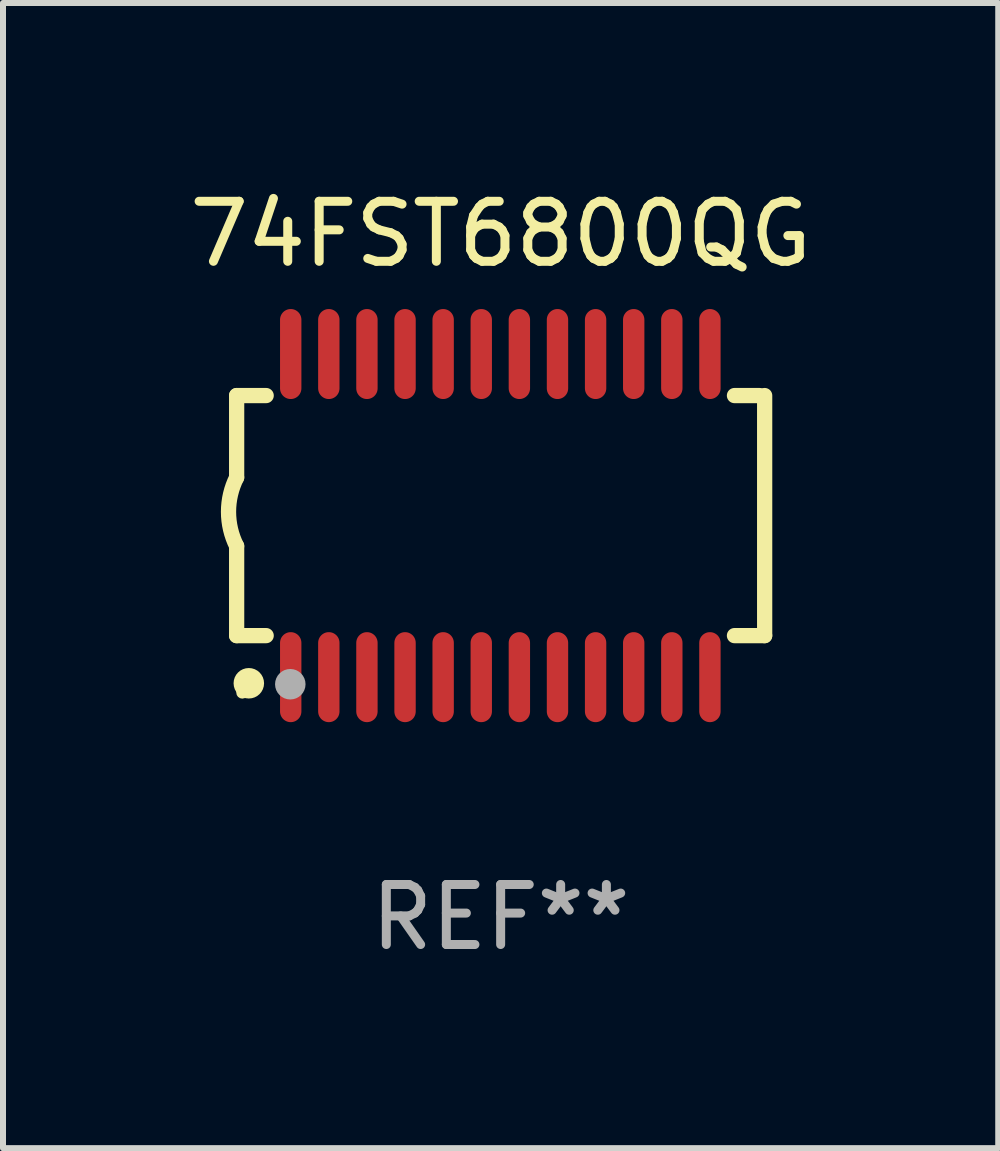
<source format=kicad_pcb>
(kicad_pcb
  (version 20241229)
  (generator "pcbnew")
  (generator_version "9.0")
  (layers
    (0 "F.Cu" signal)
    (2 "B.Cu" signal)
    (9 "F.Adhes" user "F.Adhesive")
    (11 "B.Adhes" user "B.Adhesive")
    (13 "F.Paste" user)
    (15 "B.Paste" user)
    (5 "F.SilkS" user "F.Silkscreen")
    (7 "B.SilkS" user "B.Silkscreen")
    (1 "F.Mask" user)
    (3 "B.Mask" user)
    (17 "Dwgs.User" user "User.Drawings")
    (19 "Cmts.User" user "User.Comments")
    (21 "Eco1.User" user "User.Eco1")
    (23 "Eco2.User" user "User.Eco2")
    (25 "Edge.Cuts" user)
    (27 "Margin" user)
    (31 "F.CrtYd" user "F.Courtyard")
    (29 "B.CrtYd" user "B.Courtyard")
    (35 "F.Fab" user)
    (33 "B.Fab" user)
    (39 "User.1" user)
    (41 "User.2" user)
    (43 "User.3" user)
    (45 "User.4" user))
  (footprint "74FST6800QG"
    (layer "F.Cu")
    (at 5.292 5.541)
    (property "Reference" "74FST6800QG" (at 0 -4.692 0) (layer "F.SilkS") (effects (font (size 1 1) (thickness 0.15))))
    (attr through_hole)
    (fp_line (start -4.399 -2) (end -4.399 -0.635) (stroke (width 0.254) (type solid)) (layer "F.SilkS"))
    (fp_line (start -4.399 -2) (end -3.907 -2) (stroke (width 0.254) (type solid)) (layer "F.SilkS"))
    (fp_line (start -4.399 2) (end -4.399 0.508) (stroke (width 0.254) (type solid)) (layer "F.SilkS"))
    (fp_line (start -4.399 2) (end -3.907 2) (stroke (width 0.254) (type solid)) (layer "F.SilkS"))
    (fp_line (start 3.896 -2) (end 4.313 -2) (stroke (width 0.254) (type solid)) (layer "F.SilkS"))
    (fp_line (start 3.896 2) (end 4.399 2) (stroke (width 0.254) (type solid)) (layer "F.SilkS"))
    (fp_line (start 4.399 2) (end 4.399 -2) (stroke (width 0.254) (type solid)) (layer "F.SilkS"))
    (fp_arc (start -4.399301 0.508001) (mid -4.534214 -0.0635) (end -4.399301 -0.635001) (stroke (width 0.254001) (type solid)) (layer "F.SilkS"))
    (fp_circle (center -4.305 2.95) (end -4.255 2.95) (stroke (width 0.1) (type solid)) (fill no) (layer "F.SilkS"))
    (fp_circle (center -4.196 2.794) (end -4.069 2.794) (stroke (width 0.254) (type solid)) (fill no) (layer "F.SilkS"))
    (fp_circle (center -3.505 2.81) (end -3.378 2.81) (stroke (width 0.254) (type solid)) (fill no) (layer "F.Fab"))
    (fp_text user "REF**" (at 0 6.692 0) (layer "F.Fab") (effects (font (size 1 1) (thickness 0.15))))
    (pad "1" smd oval (at -3.498 2.692 90) (size 1.5 0.356) (layers "F.Cu" "F.Mask" "F.Paste"))
    (pad "2" smd oval (at -2.863 2.692 90) (size 1.5 0.356) (layers "F.Cu" "F.Mask" "F.Paste"))
    (pad "3" smd oval (at -2.228 2.692 90) (size 1.5 0.356) (layers "F.Cu" "F.Mask" "F.Paste"))
    (pad "4" smd oval (at -1.593 2.692 90) (size 1.5 0.356) (layers "F.Cu" "F.Mask" "F.Paste"))
    (pad "5" smd oval (at -0.958 2.692 90) (size 1.5 0.356) (layers "F.Cu" "F.Mask" "F.Paste"))
    (pad "6" smd oval (at -0.323 2.692 90) (size 1.5 0.356) (layers "F.Cu" "F.Mask" "F.Paste"))
    (pad "7" smd oval (at 0.312 2.692 90) (size 1.5 0.356) (layers "F.Cu" "F.Mask" "F.Paste"))
    (pad "8" smd oval (at 0.947 2.692 90) (size 1.5 0.356) (layers "F.Cu" "F.Mask" "F.Paste"))
    (pad "9" smd oval (at 1.582 2.692 90) (size 1.5 0.356) (layers "F.Cu" "F.Mask" "F.Paste"))
    (pad "10" smd oval (at 2.217 2.692 90) (size 1.5 0.356) (layers "F.Cu" "F.Mask" "F.Paste"))
    (pad "11" smd oval (at 2.852 2.692 90) (size 1.5 0.356) (layers "F.Cu" "F.Mask" "F.Paste"))
    (pad "12" smd oval (at 3.487 2.692 90) (size 1.5 0.356) (layers "F.Cu" "F.Mask" "F.Paste"))
    (pad "13" smd oval (at 3.487 -2.692 90) (size 1.5 0.356) (layers "F.Cu" "F.Mask" "F.Paste"))
    (pad "14" smd oval (at 2.852 -2.692 90) (size 1.5 0.356) (layers "F.Cu" "F.Mask" "F.Paste"))
    (pad "15" smd oval (at 2.217 -2.692 90) (size 1.5 0.356) (layers "F.Cu" "F.Mask" "F.Paste"))
    (pad "16" smd oval (at 1.582 -2.692 90) (size 1.5 0.356) (layers "F.Cu" "F.Mask" "F.Paste"))
    (pad "17" smd oval (at 0.947 -2.692 90) (size 1.5 0.356) (layers "F.Cu" "F.Mask" "F.Paste"))
    (pad "18" smd oval (at 0.312 -2.692 90) (size 1.5 0.356) (layers "F.Cu" "F.Mask" "F.Paste"))
    (pad "19" smd oval (at -0.323 -2.692 90) (size 1.5 0.356) (layers "F.Cu" "F.Mask" "F.Paste"))
    (pad "20" smd oval (at -0.958 -2.692 90) (size 1.5 0.356) (layers "F.Cu" "F.Mask" "F.Paste"))
    (pad "21" smd oval (at -1.593 -2.692 90) (size 1.5 0.356) (layers "F.Cu" "F.Mask" "F.Paste"))
    (pad "22" smd oval (at -2.228 -2.692 90) (size 1.5 0.356) (layers "F.Cu" "F.Mask" "F.Paste"))
    (pad "23" smd oval (at -2.863 -2.692 90) (size 1.5 0.356) (layers "F.Cu" "F.Mask" "F.Paste"))
    (pad "24" smd oval (at -3.498 -2.692 90) (size 1.5 0.356) (layers "F.Cu" "F.Mask" "F.Paste")))
  (gr_rect
    (start -3 -3)
    (end 13.583 16.081)
    (stroke (width 0.1) (type default))
    (fill no)
    (layer "Edge.Cuts")))
</source>
